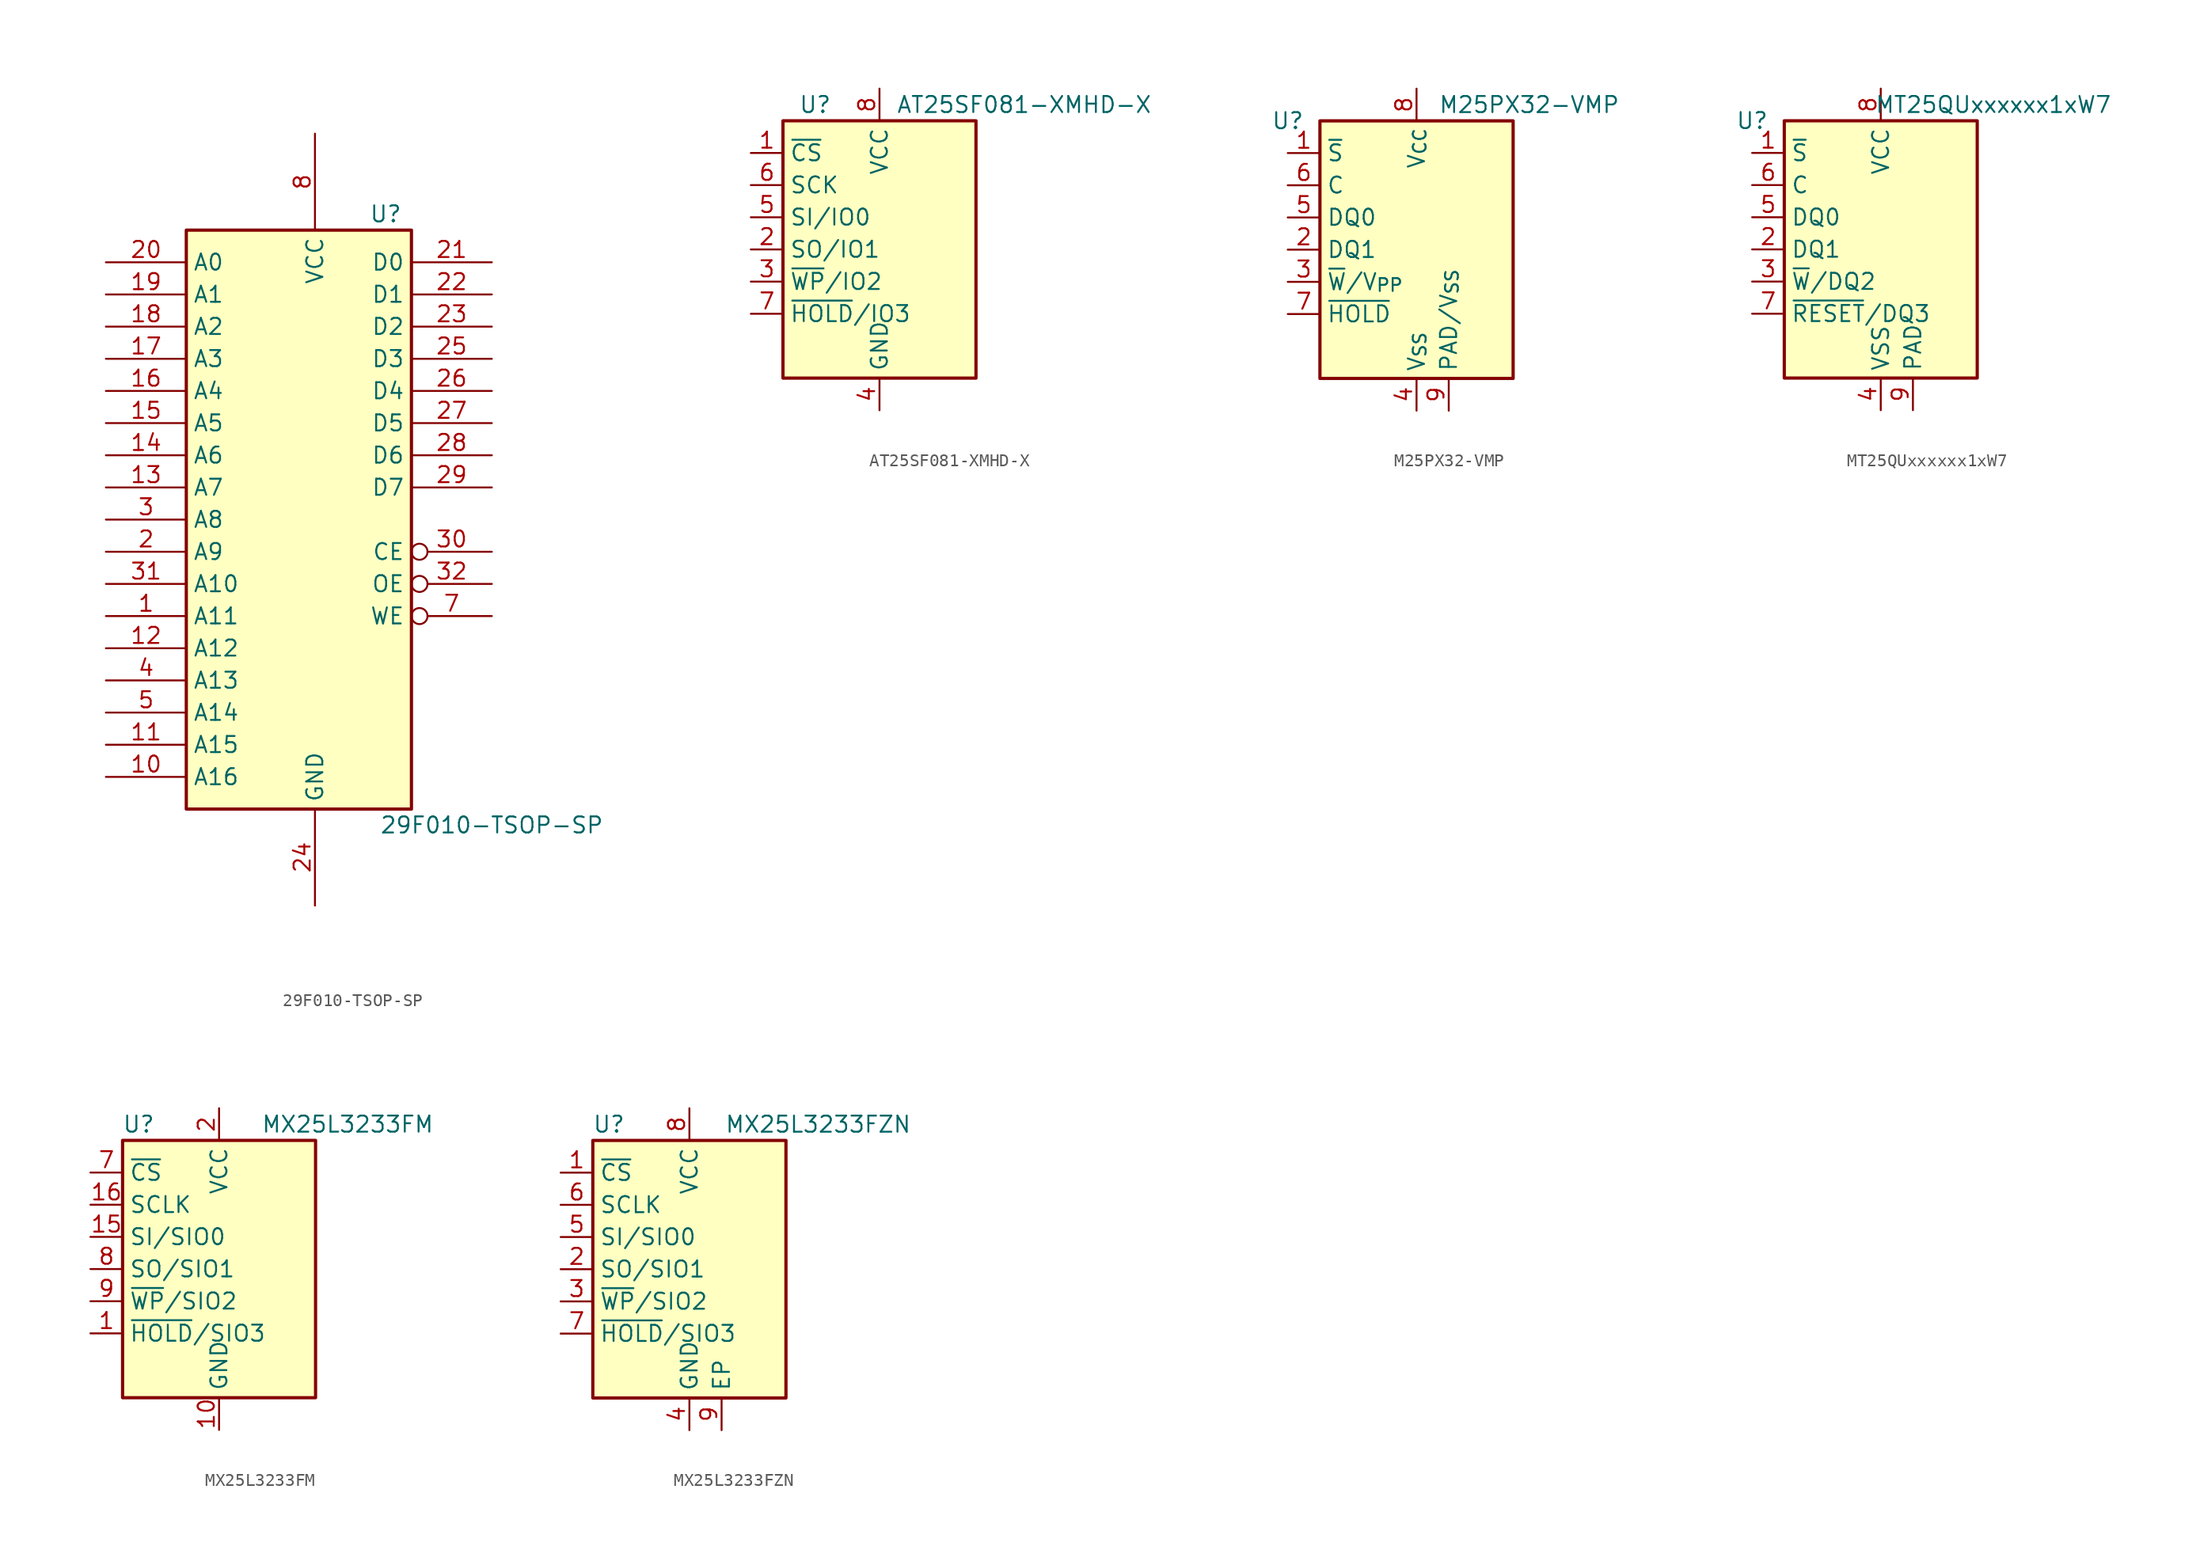
<source format=kicad_sym>
(kicad_symbol_lib
  (version 20231120)
  (generator "kicad_symbol_editor")
  (generator_version "8.0")
  (symbol "29F010-TSOP-SP"
    (property "Reference" "U"
      (at 6.858 24.13 0)
      (effects (font (size 1.27 1.27))))
    (property "Value" "29F010-TSOP-SP"
      (at 15.24 -24.13 0)
      (effects (font (size 1.27 1.27))))
    (symbol "29F010-TSOP-SP_0_1"
      (rectangle (start -8.89 -22.86) (end 8.89 22.86) (stroke (width 0.254) (type default)) (fill (type background))))
    (symbol "29F010-TSOP-SP_1_1"
      (pin input line (at -15.24 -7.62 0) (length 6.35) (name "A11" (effects (font (size 1.27 1.27)))) (number "1" (effects (font (size 1.27 1.27)))))
      (pin input line (at -15.24 -20.32 0) (length 6.35) (name "A16" (effects (font (size 1.27 1.27)))) (number "10" (effects (font (size 1.27 1.27)))))
      (pin input line (at -15.24 -17.78 0) (length 6.35) (name "A15" (effects (font (size 1.27 1.27)))) (number "11" (effects (font (size 1.27 1.27)))))
      (pin input line (at -15.24 -10.16 0) (length 6.35) (name "A12" (effects (font (size 1.27 1.27)))) (number "12" (effects (font (size 1.27 1.27)))))
      (pin input line (at -15.24 2.54 0) (length 6.35) (name "A7" (effects (font (size 1.27 1.27)))) (number "13" (effects (font (size 1.27 1.27)))))
      (pin input line (at -15.24 5.08 0) (length 6.35) (name "A6" (effects (font (size 1.27 1.27)))) (number "14" (effects (font (size 1.27 1.27)))))
      (pin input line (at -15.24 7.62 0) (length 6.35) (name "A5" (effects (font (size 1.27 1.27)))) (number "15" (effects (font (size 1.27 1.27)))))
      (pin input line (at -15.24 10.16 0) (length 6.35) (name "A4" (effects (font (size 1.27 1.27)))) (number "16" (effects (font (size 1.27 1.27)))))
      (pin input line (at -15.24 12.7 0) (length 6.35) (name "A3" (effects (font (size 1.27 1.27)))) (number "17" (effects (font (size 1.27 1.27)))))
      (pin input line (at -15.24 15.24 0) (length 6.35) (name "A2" (effects (font (size 1.27 1.27)))) (number "18" (effects (font (size 1.27 1.27)))))
      (pin input line (at -15.24 17.78 0) (length 6.35) (name "A1" (effects (font (size 1.27 1.27)))) (number "19" (effects (font (size 1.27 1.27)))))
      (pin input line (at -15.24 -2.54 0) (length 6.35) (name "A9" (effects (font (size 1.27 1.27)))) (number "2" (effects (font (size 1.27 1.27)))))
      (pin input line (at -15.24 20.32 0) (length 6.35) (name "A0" (effects (font (size 1.27 1.27)))) (number "20" (effects (font (size 1.27 1.27)))))
      (pin tri_state line (at 15.24 20.32 180) (length 6.35) (name "D0" (effects (font (size 1.27 1.27)))) (number "21" (effects (font (size 1.27 1.27)))))
      (pin tri_state line (at 15.24 17.78 180) (length 6.35) (name "D1" (effects (font (size 1.27 1.27)))) (number "22" (effects (font (size 1.27 1.27)))))
      (pin tri_state line (at 15.24 15.24 180) (length 6.35) (name "D2" (effects (font (size 1.27 1.27)))) (number "23" (effects (font (size 1.27 1.27)))))
      (pin input line (at 1.27 -30.48 90) (length 7.62) (name "GND" (effects (font (size 1.27 1.27)))) (number "24" (effects (font (size 1.27 1.27)))))
      (pin tri_state line (at 15.24 12.7 180) (length 6.35) (name "D3" (effects (font (size 1.27 1.27)))) (number "25" (effects (font (size 1.27 1.27)))))
      (pin tri_state line (at 15.24 10.16 180) (length 6.35) (name "D4" (effects (font (size 1.27 1.27)))) (number "26" (effects (font (size 1.27 1.27)))))
      (pin tri_state line (at 15.24 7.62 180) (length 6.35) (name "D5" (effects (font (size 1.27 1.27)))) (number "27" (effects (font (size 1.27 1.27)))))
      (pin tri_state line (at 15.24 5.08 180) (length 6.35) (name "D6" (effects (font (size 1.27 1.27)))) (number "28" (effects (font (size 1.27 1.27)))))
      (pin tri_state line (at 15.24 2.54 180) (length 6.35) (name "D7" (effects (font (size 1.27 1.27)))) (number "29" (effects (font (size 1.27 1.27)))))
      (pin input line (at -15.24 0 0) (length 6.35) (name "A8" (effects (font (size 1.27 1.27)))) (number "3" (effects (font (size 1.27 1.27)))))
      (pin input inverted (at 15.24 -2.54 180) (length 6.35) (name "CE" (effects (font (size 1.27 1.27)))) (number "30" (effects (font (size 1.27 1.27)))))
      (pin input line (at -15.24 -5.08 0) (length 6.35) (name "A10" (effects (font (size 1.27 1.27)))) (number "31" (effects (font (size 1.27 1.27)))))
      (pin input inverted (at 15.24 -5.08 180) (length 6.35) (name "OE" (effects (font (size 1.27 1.27)))) (number "32" (effects (font (size 1.27 1.27)))))
      (pin input line (at -15.24 -12.7 0) (length 6.35) (name "A13" (effects (font (size 1.27 1.27)))) (number "4" (effects (font (size 1.27 1.27)))))
      (pin input line (at -15.24 -15.24 0) (length 6.35) (name "A14" (effects (font (size 1.27 1.27)))) (number "5" (effects (font (size 1.27 1.27)))))
      (pin input inverted (at 15.24 -7.62 180) (length 6.35) (name "WE" (effects (font (size 1.27 1.27)))) (number "7" (effects (font (size 1.27 1.27)))))
      (pin input line (at 1.27 30.48 270) (length 7.62) (name "VCC" (effects (font (size 1.27 1.27)))) (number "8" (effects (font (size 1.27 1.27)))))))
  (symbol "AT25SF081-XMHD-X"
    (property "Reference" "U"
      (at -5.08 11.43 0)
      (effects (font (size 1.27 1.27))))
    (property "Value" "AT25SF081-XMHD-X"
      (at 11.43 11.43 0)
      (effects (font (size 1.27 1.27))))
    (symbol "AT25SF081-XMHD-X_0_1"
      (rectangle (start -7.62 10.16) (end 7.62 -10.16) (stroke (width 0.254) (type default)) (fill (type background))))
    (symbol "AT25SF081-XMHD-X_1_1"
      (pin input line (at -10.16 7.62 0) (length 2.54) (name "~{CS}" (effects (font (size 1.27 1.27)))) (number "1" (effects (font (size 1.27 1.27)))))
      (pin bidirectional line (at -10.16 0 0) (length 2.54) (name "SO/IO1" (effects (font (size 1.27 1.27)))) (number "2" (effects (font (size 1.27 1.27)))))
      (pin bidirectional line (at -10.16 -2.54 0) (length 2.54) (name "~{WP}/IO2" (effects (font (size 1.27 1.27)))) (number "3" (effects (font (size 1.27 1.27)))))
      (pin power_in line (at 0 -12.7 90) (length 2.54) (name "GND" (effects (font (size 1.27 1.27)))) (number "4" (effects (font (size 1.27 1.27)))))
      (pin bidirectional line (at -10.16 2.54 0) (length 2.54) (name "SI/IO0" (effects (font (size 1.27 1.27)))) (number "5" (effects (font (size 1.27 1.27)))))
      (pin input line (at -10.16 5.08 0) (length 2.54) (name "SCK" (effects (font (size 1.27 1.27)))) (number "6" (effects (font (size 1.27 1.27)))))
      (pin bidirectional line (at -10.16 -5.08 0) (length 2.54) (name "~{HOLD}/IO3" (effects (font (size 1.27 1.27)))) (number "7" (effects (font (size 1.27 1.27)))))
      (pin power_in line (at 0 12.7 270) (length 2.54) (name "VCC" (effects (font (size 1.27 1.27)))) (number "8" (effects (font (size 1.27 1.27)))))))
  (symbol "M25PX32-VMP"
    (property "Reference" "U"
      (at -10.16 10.16 0)
      (effects (font (size 1.27 1.27))))
    (property "Value" "M25PX32-VMP"
      (at 8.89 11.43 0)
      (effects (font (size 1.27 1.27))))
    (symbol "M25PX32-VMP_0_1"
      (rectangle (start -7.62 10.16) (end 7.62 -10.16) (stroke (width 0.254) (type default)) (fill (type background))))
    (symbol "M25PX32-VMP_1_1"
      (pin input line (at -10.16 7.62 0) (length 2.54) (name "~{S}" (effects (font (size 1.27 1.27)))) (number "1" (effects (font (size 1.27 1.27)))))
      (pin bidirectional line (at -10.16 0 0) (length 2.54) (name "DQ1" (effects (font (size 1.27 1.27)))) (number "2" (effects (font (size 1.27 1.27)))))
      (pin input line (at -10.16 -2.54 0) (length 2.54) (name "~{W}/V_{PP}" (effects (font (size 1.27 1.27)))) (number "3" (effects (font (size 1.27 1.27)))))
      (pin power_in line (at 0 -12.7 90) (length 2.54) (name "V_{SS}" (effects (font (size 1.27 1.27)))) (number "4" (effects (font (size 1.27 1.27)))))
      (pin bidirectional line (at -10.16 2.54 0) (length 2.54) (name "DQ0" (effects (font (size 1.27 1.27)))) (number "5" (effects (font (size 1.27 1.27)))))
      (pin input line (at -10.16 5.08 0) (length 2.54) (name "C" (effects (font (size 1.27 1.27)))) (number "6" (effects (font (size 1.27 1.27)))))
      (pin input line (at -10.16 -5.08 0) (length 2.54) (name "~{HOLD}" (effects (font (size 1.27 1.27)))) (number "7" (effects (font (size 1.27 1.27)))))
      (pin power_in line (at 0 12.7 270) (length 2.54) (name "V_{CC}" (effects (font (size 1.27 1.27)))) (number "8" (effects (font (size 1.27 1.27)))))
      (pin power_in line (at 2.54 -12.7 90) (length 2.54) (name "PAD/V_{SS}" (effects (font (size 1.27 1.27)))) (number "9" (effects (font (size 1.27 1.27)))))))
  (symbol "MT25QUxxxxxx1xW7"
    (property "Reference" "U"
      (at -10.16 10.16 0)
      (effects (font (size 1.27 1.27))))
    (property "Value" "MT25QUxxxxxx1xW7"
      (at 8.89 11.43 0)
      (effects (font (size 1.27 1.27))))
    (symbol "MT25QUxxxxxx1xW7_0_1"
      (rectangle (start -7.62 10.16) (end 7.62 -10.16) (stroke (width 0.254) (type default)) (fill (type background))))
    (symbol "MT25QUxxxxxx1xW7_1_1"
      (pin input line (at -10.16 7.62 0) (length 2.54) (name "~{S}" (effects (font (size 1.27 1.27)))) (number "1" (effects (font (size 1.27 1.27)))))
      (pin bidirectional line (at -10.16 0 0) (length 2.54) (name "DQ1" (effects (font (size 1.27 1.27)))) (number "2" (effects (font (size 1.27 1.27)))))
      (pin input line (at -10.16 -2.54 0) (length 2.54) (name "~{W}/DQ2" (effects (font (size 1.27 1.27)))) (number "3" (effects (font (size 1.27 1.27)))))
      (pin power_in line (at 0 -12.7 90) (length 2.54) (name "VSS" (effects (font (size 1.27 1.27)))) (number "4" (effects (font (size 1.27 1.27)))))
      (pin bidirectional line (at -10.16 2.54 0) (length 2.54) (name "DQ0" (effects (font (size 1.27 1.27)))) (number "5" (effects (font (size 1.27 1.27)))))
      (pin input line (at -10.16 5.08 0) (length 2.54) (name "C" (effects (font (size 1.27 1.27)))) (number "6" (effects (font (size 1.27 1.27)))))
      (pin input line (at -10.16 -5.08 0) (length 2.54) (name "~{RESET}/DQ3" (effects (font (size 1.27 1.27)))) (number "7" (effects (font (size 1.27 1.27)))))
      (pin power_in line (at 0 12.7 270) (length 2.54) (name "VCC" (effects (font (size 1.27 1.27)))) (number "8" (effects (font (size 1.27 1.27)))))
      (pin power_in line (at 2.54 -12.7 90) (length 2.54) (name "PAD" (effects (font (size 1.27 1.27)))) (number "9" (effects (font (size 1.27 1.27)))))))
  (symbol "MX25L3233FM"
    (property "Reference" "U"
      (at -6.35 11.43 0)
      (effects (font (size 1.27 1.27))))
    (property "Value" "MX25L3233FM"
      (at 10.16 11.43 0)
      (effects (font (size 1.27 1.27))))
    (symbol "MX25L3233FM_0_1"
      (rectangle (start -7.62 10.16) (end 7.62 -10.16) (stroke (width 0.254) (type default)) (fill (type background))))
    (symbol "MX25L3233FM_1_1"
      (pin bidirectional line (at -10.16 -5.08 0) (length 2.54) (name "~{HOLD}/SIO3" (effects (font (size 1.27 1.27)))) (number "1" (effects (font (size 1.27 1.27)))))
      (pin power_in line (at 0 -12.7 90) (length 2.54) (name "GND" (effects (font (size 1.27 1.27)))) (number "10" (effects (font (size 1.27 1.27)))))
      (pin bidirectional line (at -10.16 2.54 0) (length 2.54) (name "SI/SIO0" (effects (font (size 1.27 1.27)))) (number "15" (effects (font (size 1.27 1.27)))))
      (pin input line (at -10.16 5.08 0) (length 2.54) (name "SCLK" (effects (font (size 1.27 1.27)))) (number "16" (effects (font (size 1.27 1.27)))))
      (pin power_in line (at 0 12.7 270) (length 2.54) (name "VCC" (effects (font (size 1.27 1.27)))) (number "2" (effects (font (size 1.27 1.27)))))
      (pin input line (at -10.16 7.62 0) (length 2.54) (name "~{CS}" (effects (font (size 1.27 1.27)))) (number "7" (effects (font (size 1.27 1.27)))))
      (pin bidirectional line (at -10.16 0 0) (length 2.54) (name "SO/SIO1" (effects (font (size 1.27 1.27)))) (number "8" (effects (font (size 1.27 1.27)))))
      (pin bidirectional line (at -10.16 -2.54 0) (length 2.54) (name "~{WP}/SIO2" (effects (font (size 1.27 1.27)))) (number "9" (effects (font (size 1.27 1.27)))))))
  (symbol "MX25L3233FZN"
    (property "Reference" "U"
      (at -6.35 11.43 0)
      (effects (font (size 1.27 1.27))))
    (property "Value" "MX25L3233FZN"
      (at 10.16 11.43 0)
      (effects (font (size 1.27 1.27))))
    (symbol "MX25L3233FZN_0_1"
      (rectangle (start -7.62 10.16) (end 7.62 -10.16) (stroke (width 0.254) (type default)) (fill (type background))))
    (symbol "MX25L3233FZN_1_1"
      (pin input line (at -10.16 7.62 0) (length 2.54) (name "~{CS}" (effects (font (size 1.27 1.27)))) (number "1" (effects (font (size 1.27 1.27)))))
      (pin bidirectional line (at -10.16 0 0) (length 2.54) (name "SO/SIO1" (effects (font (size 1.27 1.27)))) (number "2" (effects (font (size 1.27 1.27)))))
      (pin bidirectional line (at -10.16 -2.54 0) (length 2.54) (name "~{WP}/SIO2" (effects (font (size 1.27 1.27)))) (number "3" (effects (font (size 1.27 1.27)))))
      (pin power_in line (at 0 -12.7 90) (length 2.54) (name "GND" (effects (font (size 1.27 1.27)))) (number "4" (effects (font (size 1.27 1.27)))))
      (pin bidirectional line (at -10.16 2.54 0) (length 2.54) (name "SI/SIO0" (effects (font (size 1.27 1.27)))) (number "5" (effects (font (size 1.27 1.27)))))
      (pin input line (at -10.16 5.08 0) (length 2.54) (name "SCLK" (effects (font (size 1.27 1.27)))) (number "6" (effects (font (size 1.27 1.27)))))
      (pin bidirectional line (at -10.16 -5.08 0) (length 2.54) (name "~{HOLD}/SIO3" (effects (font (size 1.27 1.27)))) (number "7" (effects (font (size 1.27 1.27)))))
      (pin power_in line (at 0 12.7 270) (length 2.54) (name "VCC" (effects (font (size 1.27 1.27)))) (number "8" (effects (font (size 1.27 1.27)))))
      (pin passive line (at 2.54 -12.7 90) (length 2.54) (name "EP" (effects (font (size 1.27 1.27)))) (number "9" (effects (font (size 1.27 1.27))))))))
</source>
